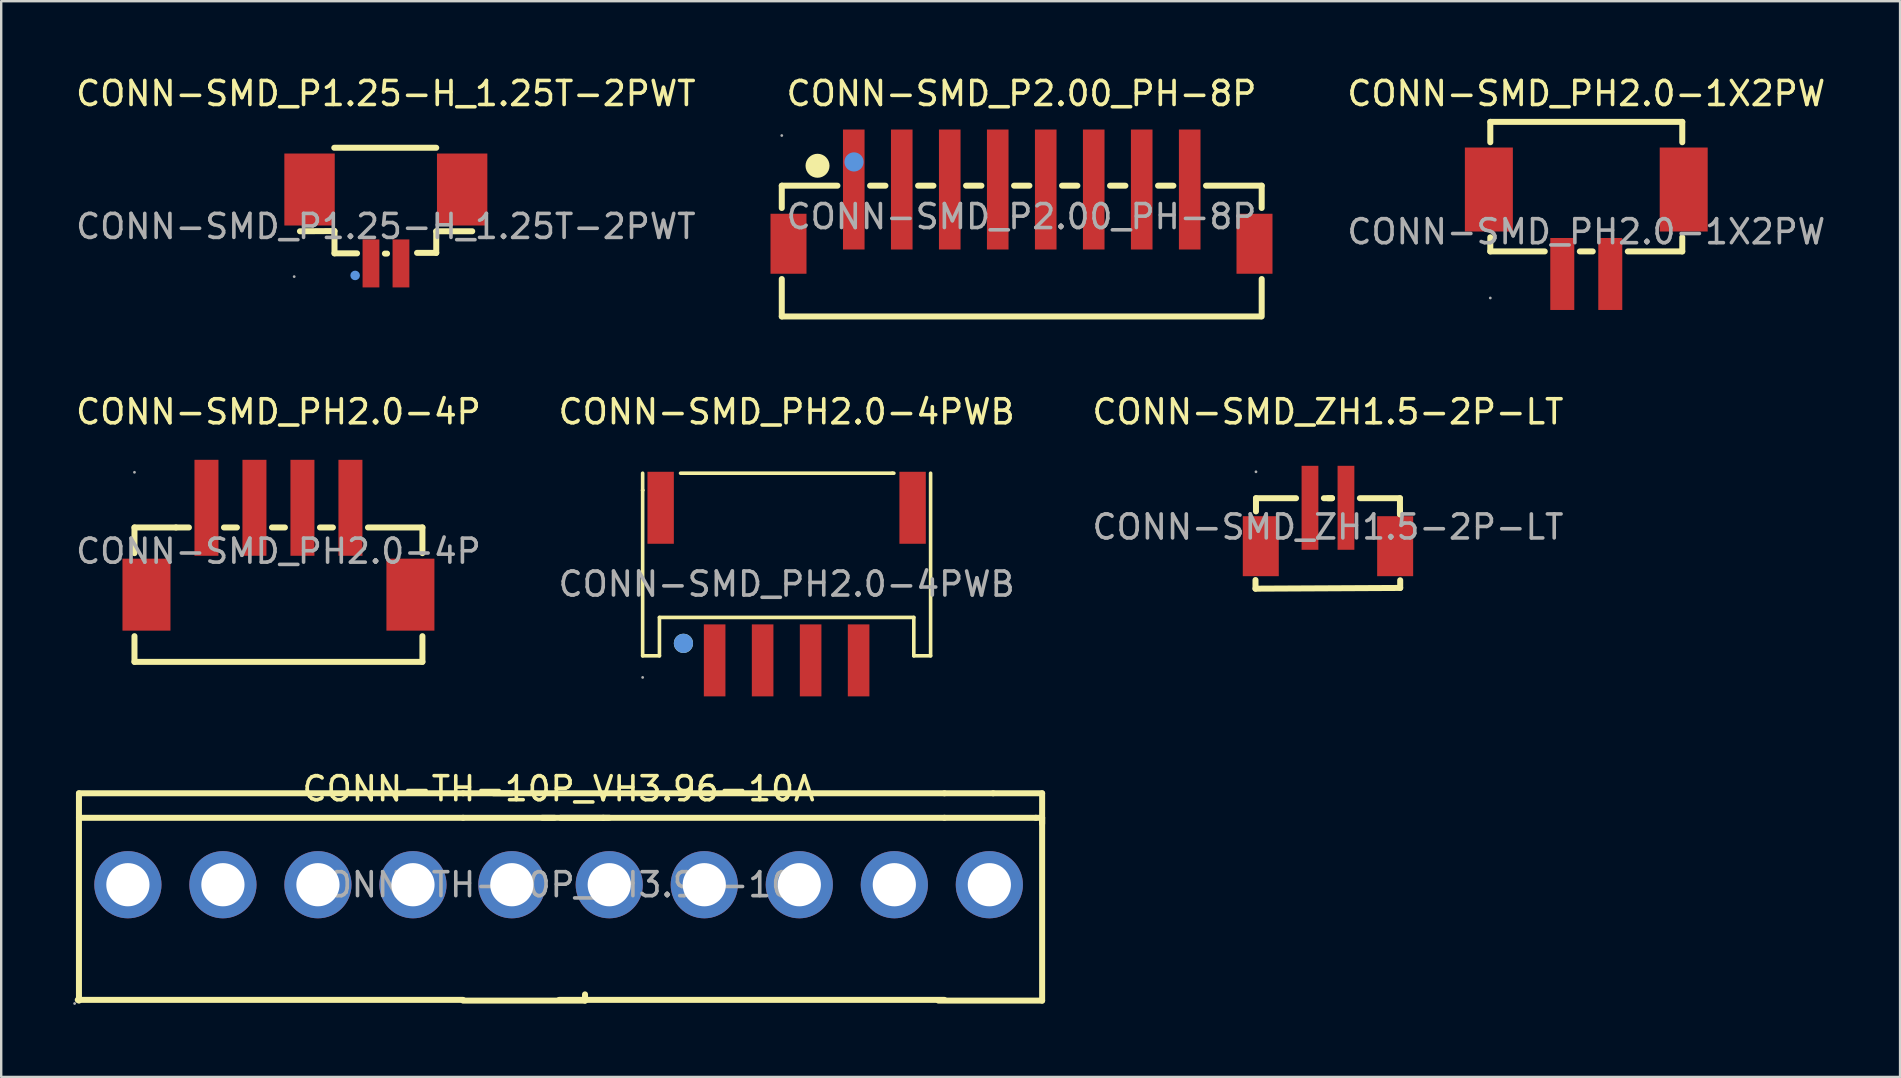
<source format=kicad_pcb>
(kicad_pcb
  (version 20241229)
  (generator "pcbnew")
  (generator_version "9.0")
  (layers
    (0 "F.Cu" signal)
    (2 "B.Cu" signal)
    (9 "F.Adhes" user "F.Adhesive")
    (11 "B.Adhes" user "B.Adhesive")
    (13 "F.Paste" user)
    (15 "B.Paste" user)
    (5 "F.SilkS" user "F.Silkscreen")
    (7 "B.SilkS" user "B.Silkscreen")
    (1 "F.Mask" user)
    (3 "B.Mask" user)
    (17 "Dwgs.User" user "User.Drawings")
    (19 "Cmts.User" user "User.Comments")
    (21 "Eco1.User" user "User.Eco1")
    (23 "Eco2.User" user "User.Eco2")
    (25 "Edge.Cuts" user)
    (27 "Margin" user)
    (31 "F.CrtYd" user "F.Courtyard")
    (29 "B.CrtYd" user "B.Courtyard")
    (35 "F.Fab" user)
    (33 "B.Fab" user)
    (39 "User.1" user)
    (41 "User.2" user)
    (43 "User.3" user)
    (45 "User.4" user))
  (footprint "CONN-SMD_ZH1.5-2P-LT"
    (layer "F.Cu")
    (at 52.292 18.912)
    (property "Reference" "CONN-SMD_ZH1.5-2P-LT" (at 0 -4.8 0) (layer "F.SilkS") (effects (font (size 1 1) (thickness 0.15))))
    (attr through_hole)
    (fp_line (start -3.02 2.21) (end -3.02 2.57) (stroke (width 0.25) (type solid)) (layer "F.SilkS"))
    (fp_line (start -3.02 2.57) (end 3.01 2.54) (stroke (width 0.25) (type solid)) (layer "F.SilkS"))
    (fp_line (start -3 -1.2) (end -3 -0.65) (stroke (width 0.25) (type solid)) (layer "F.SilkS"))
    (fp_line (start -1.33 -1.2) (end -3 -1.2) (stroke (width 0.25) (type solid)) (layer "F.SilkS"))
    (fp_line (start 0.17 -1.2) (end -0.17 -1.2) (stroke (width 0.25) (type solid)) (layer "F.SilkS"))
    (fp_line (start 0.17 -1.2) (end 0 -1.2) (stroke (width 0.25) (type solid)) (layer "F.SilkS"))
    (fp_line (start 3 -1.2) (end 1.33 -1.2) (stroke (width 0.25) (type solid)) (layer "F.SilkS"))
    (fp_line (start 3 -1.2) (end 3 -0.53) (stroke (width 0.25) (type solid)) (layer "F.SilkS"))
    (fp_line (start 3 -0.53) (end 3 -0.74) (stroke (width 0.25) (type solid)) (layer "F.SilkS"))
    (fp_line (start 3.01 2.54) (end 3.01 2.22) (stroke (width 0.25) (type solid)) (layer "F.SilkS"))
    (fp_circle (center -3 -2.3) (end -2.97 -2.3) (stroke (width 0.06) (type solid)) (fill no) (layer "F.Fab"))
    (fp_text user "${REFERENCE}" (at 0 0 0) (layer "F.Fab") (effects (font (size 1 1) (thickness 0.15))))
    (pad "1" smd rect (at -0.75 -0.8) (size 0.7 3.5) (layers "F.Cu" "F.Mask" "F.Paste"))
    (pad "2" smd rect (at 0.75 -0.8) (size 0.7 3.5) (layers "F.Cu" "F.Mask" "F.Paste"))
    (pad "3" smd rect (at 2.8 0.8) (size 1.5 2.5) (layers "F.Cu" "F.Mask" "F.Paste"))
    (pad "4" smd rect (at -2.8 0.8) (size 1.5 2.5) (layers "F.Cu" "F.Mask" "F.Paste")))
  (footprint "CONN-SMD_PH2.0-1X2PW"
    (layer "F.Cu")
    (at 63.057 6.608)
    (property "Reference" "CONN-SMD_PH2.0-1X2PW" (at 0 -5.76 0) (layer "F.SilkS") (effects (font (size 1 1) (thickness 0.15))))
    (attr through_hole)
    (fp_line (start -4 -4.58) (end -4 -3.73) (stroke (width 0.25) (type solid)) (layer "F.SilkS"))
    (fp_line (start -4 -4.58) (end 4 -4.58) (stroke (width 0.25) (type solid)) (layer "F.SilkS"))
    (fp_line (start -4 0.23) (end -4 0.82) (stroke (width 0.25) (type solid)) (layer "F.SilkS"))
    (fp_line (start -4 0.82) (end -1.73 0.82) (stroke (width 0.25) (type solid)) (layer "F.SilkS"))
    (fp_line (start -0.27 0.82) (end 0.27 0.82) (stroke (width 0.25) (type solid)) (layer "F.SilkS"))
    (fp_line (start 1.73 0.82) (end 4 0.82) (stroke (width 0.25) (type solid)) (layer "F.SilkS"))
    (fp_line (start 4 -4.58) (end 4 -3.73) (stroke (width 0.25) (type solid)) (layer "F.SilkS"))
    (fp_line (start 4 0.23) (end 4 0.82) (stroke (width 0.25) (type solid)) (layer "F.SilkS"))
    (fp_circle (center -4 2.76) (end -3.97 2.76) (stroke (width 0.06) (type solid)) (fill no) (layer "F.Fab"))
    (fp_text user "${REFERENCE}" (at 0 0 0) (layer "F.Fab") (effects (font (size 1 1) (thickness 0.15))))
    (pad "1" smd rect (at -1 1.76) (size 1 3) (layers "F.Cu" "F.Mask" "F.Paste"))
    (pad "2" smd rect (at 1 1.76) (size 1 3) (layers "F.Cu" "F.Mask" "F.Paste"))
    (pad "3" smd rect (at 4.06 -1.76) (size 2 3.5) (layers "F.Cu" "F.Mask" "F.Paste"))
    (pad "4" smd rect (at -4.06 -1.76) (size 2 3.5) (layers "F.Cu" "F.Mask" "F.Paste")))
  (footprint "CONN-SMD_P1.25-H_1.25T-2PWT"
    (layer "F.Cu")
    (at 13.03 6.388)
    (property "Reference" "CONN-SMD_P1.25-H_1.25T-2PWT" (at 0 -5.54 0) (layer "F.SilkS") (effects (font (size 1 1) (thickness 0.15))))
    (attr through_hole)
    (fp_line (start -2.15 -3.28) (end 2.1 -3.28) (stroke (width 0.25) (type solid)) (layer "F.SilkS"))
    (fp_line (start -2.14 0.19) (end -3.58 0.2) (stroke (width 0.25) (type solid)) (layer "F.SilkS"))
    (fp_line (start -2.14 1.12) (end -2.14 0.19) (stroke (width 0.25) (type solid)) (layer "F.SilkS"))
    (fp_line (start -1.2 1.12) (end -2.14 1.12) (stroke (width 0.25) (type solid)) (layer "F.SilkS"))
    (fp_line (start 0.05 1.13) (end -0.04 1.13) (stroke (width 0.25) (type solid)) (layer "F.SilkS"))
    (fp_line (start 1.3 1.1) (end 2.1 1.1) (stroke (width 0.25) (type solid)) (layer "F.SilkS"))
    (fp_line (start 2.1 0.2) (end 3.6 0.2) (stroke (width 0.25) (type solid)) (layer "F.SilkS"))
    (fp_line (start 2.1 1.1) (end 2.1 0.2) (stroke (width 0.25) (type solid)) (layer "F.SilkS"))
    (fp_circle (center -1.28 2.04) (end -1.18 2.04) (stroke (width 0.2) (type solid)) (fill no) (layer "Cmts.User"))
    (fp_circle (center -3.82 2.09) (end -3.79 2.09) (stroke (width 0.06) (type solid)) (fill no) (layer "F.Fab"))
    (fp_text user "${REFERENCE}" (at 0 0 0) (layer "F.Fab") (effects (font (size 1 1) (thickness 0.15))))
    (pad "1" smd rect (at -0.62 1.54) (size 0.7 2) (layers "F.Cu" "F.Mask" "F.Paste"))
    (pad "2" smd rect (at 0.63 1.54) (size 0.7 2) (layers "F.Cu" "F.Mask" "F.Paste"))
    (pad "3" smd rect (at 3.18 -1.54) (size 2.1 3) (layers "F.Cu" "F.Mask" "F.Paste"))
    (pad "4" smd rect (at -3.18 -1.54) (size 2.1 3) (layers "F.Cu" "F.Mask" "F.Paste")))
  (footprint "CONN-TH-10P_VH3.96-10A"
    (layer "F.Cu")
    (at 20.23 33.82)
    (property "Reference" "CONN-TH-10P_VH3.96-10A" (at 0 -4 0) (layer "F.SilkS") (effects (font (size 1 1) (thickness 0.15))))
    (attr through_hole)
    (fp_line (start -20.04 4.8) (end -3.98 4.8) (stroke (width 0.25) (type solid)) (layer "F.SilkS"))
    (fp_line (start -19.99 -3.81) (end -19.99 4.83) (stroke (width 0.25) (type solid)) (layer "F.SilkS"))
    (fp_line (start -19.99 -2.79) (end -3.98 -2.79) (stroke (width 0.25) (type solid)) (layer "F.SilkS"))
    (fp_line (start -3.98 -3.81) (end -19.99 -3.81) (stroke (width 0.25) (type solid)) (layer "F.SilkS"))
    (fp_line (start -3.98 -3.81) (end -1.95 -3.81) (stroke (width 0.25) (type solid)) (layer "F.SilkS"))
    (fp_line (start -3.98 -2.79) (end -0.17 -2.79) (stroke (width 0.25) (type solid)) (layer "F.SilkS"))
    (fp_line (start -3.98 4.83) (end 1.1 4.83) (stroke (width 0.25) (type solid)) (layer "F.SilkS"))
    (fp_line (start -0.68 -2.79) (end 1.86 -2.79) (stroke (width 0.25) (type solid)) (layer "F.SilkS"))
    (fp_line (start 0.02 4.8) (end 16.08 4.8) (stroke (width 0.25) (type solid)) (layer "F.SilkS"))
    (fp_line (start 0.08 -2.79) (end 16.08 -2.79) (stroke (width 0.25) (type solid)) (layer "F.SilkS"))
    (fp_line (start 1.1 4.83) (end 1.1 4.57) (stroke (width 0.25) (type solid)) (layer "F.SilkS"))
    (fp_line (start 1.86 -2.79) (end 2.11 -2.79) (stroke (width 0.25) (type solid)) (layer "F.SilkS"))
    (fp_line (start 16.08 -3.81) (end -2.71 -3.81) (stroke (width 0.25) (type solid)) (layer "F.SilkS"))
    (fp_line (start 16.08 -3.81) (end 18.11 -3.81) (stroke (width 0.25) (type solid)) (layer "F.SilkS"))
    (fp_line (start 16.08 -2.79) (end 19.89 -2.79) (stroke (width 0.25) (type solid)) (layer "F.SilkS"))
    (fp_line (start 18.11 -3.81) (end 20.15 -3.81) (stroke (width 0.25) (type solid)) (layer "F.SilkS"))
    (fp_line (start 19.89 -2.79) (end 20.15 -2.79) (stroke (width 0.25) (type solid)) (layer "F.SilkS"))
    (fp_line (start 20.15 -3.81) (end 20.15 -2.54) (stroke (width 0.25) (type solid)) (layer "F.SilkS"))
    (fp_line (start 20.15 -2.79) (end 20.15 4.83) (stroke (width 0.25) (type solid)) (layer "F.SilkS"))
    (fp_line (start 20.15 4.83) (end 15.83 4.83) (stroke (width 0.25) (type solid)) (layer "F.SilkS"))
    (fp_circle (center -20.17 4.95) (end -20.14 4.95) (stroke (width 0.06) (type solid)) (fill no) (layer "F.Fab"))
    (fp_circle (center -17.95 0) (end -17.55 0) (stroke (width 0.8) (type solid)) (fill no) (layer "F.Fab"))
    (fp_circle (center -13.99 0) (end -13.59 0) (stroke (width 0.8) (type solid)) (fill no) (layer "F.Fab"))
    (fp_circle (center -10.03 0) (end -9.63 0) (stroke (width 0.8) (type solid)) (fill no) (layer "F.Fab"))
    (fp_circle (center -6.07 0) (end -5.67 0) (stroke (width 0.8) (type solid)) (fill no) (layer "F.Fab"))
    (fp_circle (center -1.95 0) (end -1.55 0) (stroke (width 0.8) (type solid)) (fill no) (layer "F.Fab"))
    (fp_circle (center 2.11 0) (end 2.51 0) (stroke (width 0.8) (type solid)) (fill no) (layer "F.Fab"))
    (fp_circle (center 6.07 0) (end 6.47 0) (stroke (width 0.8) (type solid)) (fill no) (layer "F.Fab"))
    (fp_circle (center 10.03 0) (end 10.43 0) (stroke (width 0.8) (type solid)) (fill no) (layer "F.Fab"))
    (fp_circle (center 13.99 0) (end 14.39 0) (stroke (width 0.8) (type solid)) (fill no) (layer "F.Fab"))
    (fp_circle (center 17.95 0) (end 18.35 0) (stroke (width 0.8) (type solid)) (fill no) (layer "F.Fab"))
    (fp_text user "${REFERENCE}" (at 0 0 0) (layer "F.Fab") (effects (font (size 1 1) (thickness 0.15))))
    (pad "1" thru_hole circle (at -17.95 0) (size 2.8 2.8) (drill 1.8) (layers "*.Cu" "*.Paste" "*.Mask"))
    (pad "2" thru_hole circle (at -13.99 0) (size 2.8 2.8) (drill 1.8) (layers "*.Cu" "*.Paste" "*.Mask"))
    (pad "3" thru_hole circle (at -10.03 0) (size 2.8 2.8) (drill 1.8) (layers "*.Cu" "*.Paste" "*.Mask"))
    (pad "4" thru_hole circle (at -6.07 0) (size 2.8 2.8) (drill 1.8) (layers "*.Cu" "*.Paste" "*.Mask"))
    (pad "5" thru_hole circle (at -1.95 0) (size 2.8 2.8) (drill 1.8) (layers "*.Cu" "*.Paste" "*.Mask"))
    (pad "6" thru_hole circle (at 2.11 0) (size 2.8 2.8) (drill 1.8) (layers "*.Cu" "*.Paste" "*.Mask"))
    (pad "7" thru_hole circle (at 6.07 0) (size 2.8 2.8) (drill 1.8) (layers "*.Cu" "*.Paste" "*.Mask"))
    (pad "8" thru_hole circle (at 10.03 0) (size 2.8 2.8) (drill 1.8) (layers "*.Cu" "*.Paste" "*.Mask"))
    (pad "9" thru_hole circle (at 13.99 0) (size 2.8 2.8) (drill 1.8) (layers "*.Cu" "*.Paste" "*.Mask"))
    (pad "10" thru_hole circle (at 17.95 0) (size 2.8 2.8) (drill 1.8) (layers "*.Cu" "*.Paste" "*.Mask")))
  (footprint "CONN-SMD_P2.00_PH-8P"
    (layer "F.Cu")
    (at 39.52 5.978)
    (property "Reference" "CONN-SMD_P2.00_PH-8P" (at 0 -5.13 0) (layer "F.SilkS") (effects (font (size 1 1) (thickness 0.15))))
    (attr through_hole)
    (fp_line (start -9.99 -1.29) (end -9.99 -0.36) (stroke (width 0.25) (type solid)) (layer "F.SilkS"))
    (fp_line (start -9.99 2.6) (end -9.99 4.16) (stroke (width 0.25) (type solid)) (layer "F.SilkS"))
    (fp_line (start -9.99 4.16) (end 9.98 4.16) (stroke (width 0.25) (type solid)) (layer "F.SilkS"))
    (fp_line (start -7.67 -1.29) (end -9.99 -1.29) (stroke (width 0.25) (type solid)) (layer "F.SilkS"))
    (fp_line (start -5.67 -1.29) (end -6.31 -1.29) (stroke (width 0.25) (type solid)) (layer "F.SilkS"))
    (fp_line (start -3.67 -1.29) (end -4.31 -1.29) (stroke (width 0.25) (type solid)) (layer "F.SilkS"))
    (fp_line (start -1.67 -1.29) (end -2.31 -1.29) (stroke (width 0.25) (type solid)) (layer "F.SilkS"))
    (fp_line (start 0.33 -1.29) (end -0.31 -1.29) (stroke (width 0.25) (type solid)) (layer "F.SilkS"))
    (fp_line (start 2.33 -1.29) (end 1.69 -1.29) (stroke (width 0.25) (type solid)) (layer "F.SilkS"))
    (fp_line (start 4.33 -1.29) (end 3.69 -1.29) (stroke (width 0.25) (type solid)) (layer "F.SilkS"))
    (fp_line (start 6.33 -1.29) (end 5.69 -1.29) (stroke (width 0.25) (type solid)) (layer "F.SilkS"))
    (fp_line (start 10.01 -1.29) (end 7.69 -1.29) (stroke (width 0.25) (type solid)) (layer "F.SilkS"))
    (fp_line (start 10.01 -0.36) (end 10.01 -1.29) (stroke (width 0.25) (type solid)) (layer "F.SilkS"))
    (fp_line (start 10.01 4.16) (end 10.01 2.6) (stroke (width 0.25) (type solid)) (layer "F.SilkS"))
    (fp_circle (center -8.5 -2.12) (end -8.25 -2.12) (stroke (width 0.5) (type solid)) (fill no) (layer "F.SilkS"))
    (fp_circle (center -6.98 -2.28) (end -6.78 -2.28) (stroke (width 0.4) (type solid)) (fill no) (layer "Cmts.User"))
    (fp_circle (center -9.99 -3.38) (end -9.96 -3.38) (stroke (width 0.06) (type solid)) (fill no) (layer "F.Fab"))
    (fp_text user "${REFERENCE}" (at 0 0 0) (layer "F.Fab") (effects (font (size 1 1) (thickness 0.15))))
    (pad "1" smd rect (at -6.99 -1.13) (size 0.9 5) (layers "F.Cu" "F.Mask" "F.Paste"))
    (pad "2" smd rect (at -4.99 -1.13) (size 0.9 5) (layers "F.Cu" "F.Mask" "F.Paste"))
    (pad "3" smd rect (at -2.99 -1.13) (size 0.9 5) (layers "F.Cu" "F.Mask" "F.Paste"))
    (pad "4" smd rect (at -0.99 -1.13) (size 0.9 5) (layers "F.Cu" "F.Mask" "F.Paste"))
    (pad "5" smd rect (at 1.01 -1.13) (size 0.9 5) (layers "F.Cu" "F.Mask" "F.Paste"))
    (pad "6" smd rect (at 3.01 -1.13) (size 0.9 5) (layers "F.Cu" "F.Mask" "F.Paste"))
    (pad "7" smd rect (at 5.01 -1.13) (size 0.9 5) (layers "F.Cu" "F.Mask" "F.Paste"))
    (pad "8" smd rect (at 7.01 -1.13) (size 0.9 5) (layers "F.Cu" "F.Mask" "F.Paste"))
    (pad "9" smd rect (at 9.71 1.13) (size 1.5 2.5) (layers "F.Cu" "F.Mask" "F.Paste"))
    (pad "10" smd rect (at -9.71 1.13) (size 1.5 2.5) (layers "F.Cu" "F.Mask" "F.Paste")))
  (footprint "CONN-SMD_PH2.0-4PWB"
    (layer "F.Cu")
    (at 29.732 21.291)
    (property "Reference" "CONN-SMD_PH2.0-4PWB" (at 0 -7.18 0) (layer "F.SilkS") (effects (font (size 1 1) (thickness 0.15))))
    (attr through_hole)
    (fp_line (start -6 -3.91) (end -6 -4.62) (stroke (width 0.15) (type solid)) (layer "F.SilkS"))
    (fp_line (start -6 -3.91) (end -6 -3.91) (stroke (width 0.15) (type solid)) (layer "F.SilkS"))
    (fp_line (start -6 2.99) (end -6 -3.91) (stroke (width 0.15) (type solid)) (layer "F.SilkS"))
    (fp_line (start -5.3 1.39) (end -5.3 2.99) (stroke (width 0.15) (type solid)) (layer "F.SilkS"))
    (fp_line (start -5.3 2.99) (end -6 2.99) (stroke (width 0.15) (type solid)) (layer "F.SilkS"))
    (fp_line (start 4.41 -4.62) (end -4.42 -4.62) (stroke (width 0.15) (type solid)) (layer "F.SilkS"))
    (fp_line (start 4.47 -4.62) (end 4.41 -4.62) (stroke (width 0.15) (type solid)) (layer "F.SilkS"))
    (fp_line (start 5.3 1.39) (end -5.3 1.39) (stroke (width 0.15) (type solid)) (layer "F.SilkS"))
    (fp_line (start 5.3 2.99) (end 5.3 1.39) (stroke (width 0.15) (type solid)) (layer "F.SilkS"))
    (fp_line (start 6 2.99) (end 5.3 2.99) (stroke (width 0.15) (type solid)) (layer "F.SilkS"))
    (fp_line (start 6 2.99) (end 6 -4.62) (stroke (width 0.15) (type solid)) (layer "F.SilkS"))
    (fp_circle (center -4.3 2.47) (end -4.1 2.47) (stroke (width 0.4) (type solid)) (fill no) (layer "F.SilkS"))
    (fp_circle (center -4.3 2.47) (end -4.1 2.47) (stroke (width 0.4) (type solid)) (fill no) (layer "Cmts.User"))
    (fp_circle (center -6 3.89) (end -5.97 3.89) (stroke (width 0.06) (type solid)) (fill no) (layer "F.Fab"))
    (fp_text user "${REFERENCE}" (at 0 0 0) (layer "F.Fab") (effects (font (size 1 1) (thickness 0.15))))
    (pad "1" smd rect (at -3 3.18) (size 0.9 3) (layers "F.Cu" "F.Mask" "F.Paste"))
    (pad "2" smd rect (at -1 3.18) (size 0.9 3) (layers "F.Cu" "F.Mask" "F.Paste"))
    (pad "3" smd rect (at 1 3.18) (size 0.9 3) (layers "F.Cu" "F.Mask" "F.Paste"))
    (pad "4" smd rect (at 3 3.18) (size 0.9 3) (layers "F.Cu" "F.Mask" "F.Paste"))
    (pad "5" smd rect (at 5.25 -3.18) (size 1.1 3) (layers "F.Cu" "F.Mask" "F.Paste"))
    (pad "6" smd rect (at -5.25 -3.18) (size 1.1 3) (layers "F.Cu" "F.Mask" "F.Paste")))
  (footprint "CONN-SMD_PH2.0-4P"
    (layer "F.Cu")
    (at 8.554 19.922)
    (property "Reference" "CONN-SMD_PH2.0-4P" (at 0 -5.81 0) (layer "F.SilkS") (effects (font (size 1 1) (thickness 0.15))))
    (attr through_hole)
    (fp_line (start -6 -0.99) (end -6 0.08) (stroke (width 0.25) (type solid)) (layer "F.SilkS"))
    (fp_line (start -6 -0.99) (end -4.27 -0.99) (stroke (width 0.25) (type solid)) (layer "F.SilkS"))
    (fp_line (start -6 3.54) (end -6 4.61) (stroke (width 0.25) (type solid)) (layer "F.SilkS"))
    (fp_line (start -6 4.61) (end 6 4.61) (stroke (width 0.25) (type solid)) (layer "F.SilkS"))
    (fp_line (start -3.73 -0.99) (end -4.27 -0.99) (stroke (width 0.25) (type solid)) (layer "F.SilkS"))
    (fp_line (start -1.73 -0.99) (end -2.27 -0.99) (stroke (width 0.25) (type solid)) (layer "F.SilkS"))
    (fp_line (start 0.27 -0.99) (end -0.27 -0.99) (stroke (width 0.25) (type solid)) (layer "F.SilkS"))
    (fp_line (start 2.27 -0.99) (end 1.73 -0.99) (stroke (width 0.25) (type solid)) (layer "F.SilkS"))
    (fp_line (start 6 -0.99) (end 3.73 -0.99) (stroke (width 0.25) (type solid)) (layer "F.SilkS"))
    (fp_line (start 6 -0.99) (end 6 0.08) (stroke (width 0.25) (type solid)) (layer "F.SilkS"))
    (fp_line (start 6 3.54) (end 6 4.61) (stroke (width 0.25) (type solid)) (layer "F.SilkS"))
    (fp_circle (center -6 -3.29) (end -5.97 -3.29) (stroke (width 0.06) (type solid)) (fill no) (layer "F.Fab"))
    (fp_text user "${REFERENCE}" (at 0 0 0) (layer "F.Fab") (effects (font (size 1 1) (thickness 0.15))))
    (pad "1" smd rect (at 3 -1.81) (size 1 4) (layers "F.Cu" "F.Mask" "F.Paste"))
    (pad "2" smd rect (at 1 -1.81) (size 1 4) (layers "F.Cu" "F.Mask" "F.Paste"))
    (pad "3" smd rect (at -1 -1.81) (size 1 4) (layers "F.Cu" "F.Mask" "F.Paste"))
    (pad "4" smd rect (at -3 -1.81) (size 1 4) (layers "F.Cu" "F.Mask" "F.Paste"))
    (pad "5" smd rect (at -5.5 1.81) (size 2 3) (layers "F.Cu" "F.Mask" "F.Paste"))
    (pad "6" smd rect (at 5.5 1.81) (size 2 3) (layers "F.Cu" "F.Mask" "F.Paste")))
  (gr_rect
    (start -3 -3)
    (end 76.134 41.83)
    (stroke (width 0.1) (type default))
    (fill no)
    (layer "Edge.Cuts")))
</source>
